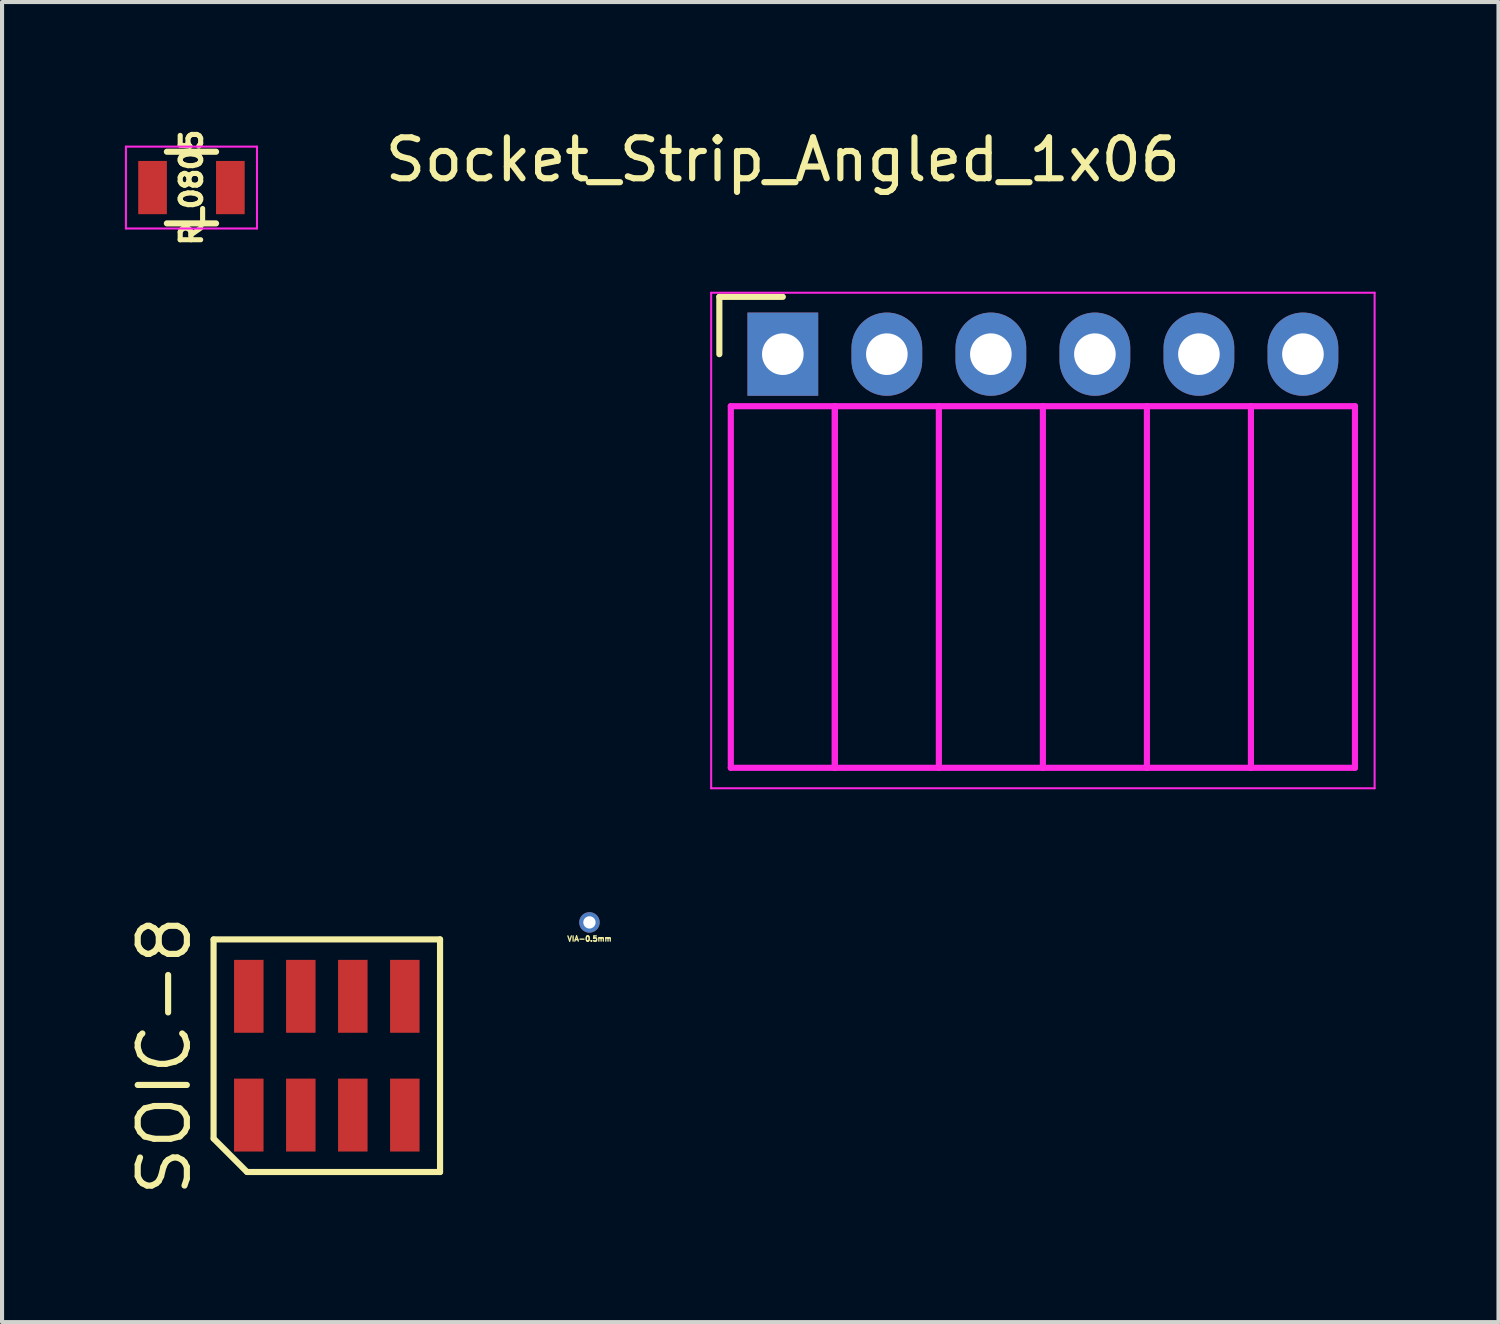
<source format=kicad_pcb>
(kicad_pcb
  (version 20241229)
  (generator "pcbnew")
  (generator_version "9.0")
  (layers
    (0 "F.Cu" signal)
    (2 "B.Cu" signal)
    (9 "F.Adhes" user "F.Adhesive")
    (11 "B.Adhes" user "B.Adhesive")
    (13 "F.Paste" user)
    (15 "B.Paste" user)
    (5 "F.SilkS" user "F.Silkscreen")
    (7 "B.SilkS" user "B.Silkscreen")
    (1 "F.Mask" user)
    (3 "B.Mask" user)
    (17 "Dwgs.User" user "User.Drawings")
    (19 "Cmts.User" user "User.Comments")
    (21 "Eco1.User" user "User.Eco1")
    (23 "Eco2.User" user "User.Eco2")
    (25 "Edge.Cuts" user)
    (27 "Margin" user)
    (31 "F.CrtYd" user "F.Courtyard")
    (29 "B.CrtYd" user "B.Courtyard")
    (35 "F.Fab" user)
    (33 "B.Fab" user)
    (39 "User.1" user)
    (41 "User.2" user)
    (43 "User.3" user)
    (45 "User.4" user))
  (footprint "SOIC-8"
    (layer "F.Cu")
    (at 4.93 22.728)
    (property "Reference" "SOIC-8" (at -3.965 0 90) (layer "F.SilkS") (effects (font (size 1.2 1.2) (thickness 0.15))))
    (attr through_hole)
    (fp_line (start -2.765 -2.837) (end -2.765 2.019) (stroke (width 0.15) (type solid)) (layer "F.SilkS"))
    (fp_line (start -2.762 2.026) (end -1.951 2.837) (stroke (width 0.15) (type solid)) (layer "F.SilkS"))
    (fp_line (start -1.946 2.84) (end 2.765 2.84) (stroke (width 0.15) (type solid)) (layer "F.SilkS"))
    (fp_line (start 2.765 -2.84) (end -2.764 -2.84) (stroke (width 0.15) (type solid)) (layer "F.SilkS"))
    (fp_line (start 2.765 2.84) (end 2.765 -2.84) (stroke (width 0.15) (type solid)) (layer "F.SilkS"))
    (pad "1" smd rect (at -1.905 1.45) (size 0.72 1.78) (layers "F.Cu" "F.Mask" "F.Paste"))
    (pad "2" smd rect (at -0.635 1.45) (size 0.72 1.78) (layers "F.Cu" "F.Mask" "F.Paste"))
    (pad "3" smd rect (at 0.635 1.45) (size 0.72 1.78) (layers "F.Cu" "F.Mask" "F.Paste"))
    (pad "4" smd rect (at 1.905 1.45) (size 0.72 1.78) (layers "F.Cu" "F.Mask" "F.Paste"))
    (pad "5" smd rect (at 1.905 -1.45) (size 0.72 1.78) (layers "F.Cu" "F.Mask" "F.Paste"))
    (pad "6" smd rect (at 0.635 -1.45) (size 0.72 1.78) (layers "F.Cu" "F.Mask" "F.Paste"))
    (pad "7" smd rect (at -0.635 -1.45) (size 0.72 1.78) (layers "F.Cu" "F.Mask" "F.Paste"))
    (pad "8" smd rect (at -1.905 -1.45) (size 0.72 1.78) (layers "F.Cu" "F.Mask" "F.Paste")))
  (footprint "VIA-0.5mm"
    (layer "F.Cu")
    (at 11.343 19.473)
    (property "Reference" "VIA-0.5mm" (at 0 0.4 0) (layer "F.SilkS") (effects (font (size 0.127 0.127) (thickness 0.032))))
    (attr through_hole)
    (pad "1" thru_hole circle (at 0 0) (size 0.5 0.5) (drill 0.3) (layers "*.Cu")))
  (footprint "Socket_Strip_Angled_1x06"
    (layer "F.Cu")
    (at 16.065 5.598)
    (property "Reference" "Socket_Strip_Angled_1x06" (at 0 -4.75 0) (layer "F.SilkS") (effects (font (size 1 1) (thickness 0.15))))
    (attr through_hole)
    (fp_line (start -1.55 -1.4) (end -1.55 0) (stroke (width 0.15) (type solid)) (layer "F.SilkS"))
    (fp_line (start 0 -1.4) (end -1.55 -1.4) (stroke (width 0.15) (type solid)) (layer "F.SilkS"))
    (fp_line (start -1.75 -1.5) (end -1.75 10.6) (stroke (width 0.05) (type solid)) (layer "F.CrtYd"))
    (fp_line (start -1.75 -1.5) (end 14.45 -1.5) (stroke (width 0.05) (type solid)) (layer "F.CrtYd"))
    (fp_line (start -1.75 10.6) (end 14.45 10.6) (stroke (width 0.05) (type solid)) (layer "F.CrtYd"))
    (fp_line (start -1.27 1.27) (end -1.27 10.1) (stroke (width 0.15) (type solid)) (layer "F.CrtYd"))
    (fp_line (start -1.27 1.27) (end 1.27 1.27) (stroke (width 0.15) (type solid)) (layer "F.CrtYd"))
    (fp_line (start -1.27 10.1) (end 1.27 10.1) (stroke (width 0.15) (type solid)) (layer "F.CrtYd"))
    (fp_line (start 1.27 1.27) (end 1.27 10.1) (stroke (width 0.15) (type solid)) (layer "F.CrtYd"))
    (fp_line (start 1.27 1.27) (end 3.81 1.27) (stroke (width 0.15) (type solid)) (layer "F.CrtYd"))
    (fp_line (start 1.27 10.1) (end 1.27 1.27) (stroke (width 0.15) (type solid)) (layer "F.CrtYd"))
    (fp_line (start 1.27 10.1) (end 3.81 10.1) (stroke (width 0.15) (type solid)) (layer "F.CrtYd"))
    (fp_line (start 3.81 1.27) (end 6.35 1.27) (stroke (width 0.15) (type solid)) (layer "F.CrtYd"))
    (fp_line (start 3.81 10.1) (end 3.81 1.27) (stroke (width 0.15) (type solid)) (layer "F.CrtYd"))
    (fp_line (start 3.81 10.1) (end 6.35 10.1) (stroke (width 0.15) (type solid)) (layer "F.CrtYd"))
    (fp_line (start 6.35 1.27) (end 8.89 1.27) (stroke (width 0.15) (type solid)) (layer "F.CrtYd"))
    (fp_line (start 6.35 10.1) (end 6.35 1.27) (stroke (width 0.15) (type solid)) (layer "F.CrtYd"))
    (fp_line (start 6.35 10.1) (end 8.89 10.1) (stroke (width 0.15) (type solid)) (layer "F.CrtYd"))
    (fp_line (start 8.89 1.27) (end 11.43 1.27) (stroke (width 0.15) (type solid)) (layer "F.CrtYd"))
    (fp_line (start 8.89 10.1) (end 8.89 1.27) (stroke (width 0.15) (type solid)) (layer "F.CrtYd"))
    (fp_line (start 8.89 10.1) (end 11.43 10.1) (stroke (width 0.15) (type solid)) (layer "F.CrtYd"))
    (fp_line (start 11.43 1.27) (end 13.97 1.27) (stroke (width 0.15) (type solid)) (layer "F.CrtYd"))
    (fp_line (start 11.43 10.1) (end 11.43 1.27) (stroke (width 0.15) (type solid)) (layer "F.CrtYd"))
    (fp_line (start 11.43 10.1) (end 13.97 10.1) (stroke (width 0.15) (type solid)) (layer "F.CrtYd"))
    (fp_line (start 13.97 10.1) (end 13.97 1.27) (stroke (width 0.15) (type solid)) (layer "F.CrtYd"))
    (fp_line (start 14.45 -1.5) (end 14.45 10.6) (stroke (width 0.05) (type solid)) (layer "F.CrtYd"))
    (pad "1" thru_hole rect (at 0 0) (size 1.727 2.032) (drill 1.016) (layers "*.Cu" "*.Mask"))
    (pad "2" thru_hole oval (at 2.54 0) (size 1.727 2.032) (drill 1.016) (layers "*.Cu" "*.Mask"))
    (pad "3" thru_hole oval (at 5.08 0) (size 1.727 2.032) (drill 1.016) (layers "*.Cu" "*.Mask"))
    (pad "4" thru_hole oval (at 7.62 0) (size 1.727 2.032) (drill 1.016) (layers "*.Cu" "*.Mask"))
    (pad "5" thru_hole oval (at 10.16 0) (size 1.727 2.032) (drill 1.016) (layers "*.Cu" "*.Mask"))
    (pad "6" thru_hole oval (at 12.7 0) (size 1.727 2.032) (drill 1.016) (layers "*.Cu" "*.Mask")))
  (footprint "R_0805"
    (layer "F.Cu")
    (at 1.625 1.53)
    (property "Reference" "R_0805" (at 0 0 90) (layer "F.SilkS") (effects (font (size 0.5 0.5) (thickness 0.125))))
    (attr smd)
    (fp_line (start -0.6 -0.875) (end 0.6 -0.875) (stroke (width 0.15) (type solid)) (layer "F.SilkS"))
    (fp_line (start 0.6 0.875) (end -0.6 0.875) (stroke (width 0.15) (type solid)) (layer "F.SilkS"))
    (fp_line (start -1.6 -1) (end -1.6 1) (stroke (width 0.05) (type solid)) (layer "F.CrtYd"))
    (fp_line (start -1.6 -1) (end 1.6 -1) (stroke (width 0.05) (type solid)) (layer "F.CrtYd"))
    (fp_line (start -1.6 1) (end 1.6 1) (stroke (width 0.05) (type solid)) (layer "F.CrtYd"))
    (fp_line (start 1.6 -1) (end 1.6 1) (stroke (width 0.05) (type solid)) (layer "F.CrtYd"))
    (pad "1" smd rect (at -0.95 0) (size 0.7 1.3) (layers "F.Cu" "F.Mask" "F.Paste"))
    (pad "2" smd rect (at 0.95 0) (size 0.7 1.3) (layers "F.Cu" "F.Mask" "F.Paste")))
  (gr_rect
    (start -3 -3)
    (end 33.54 29.233)
    (stroke (width 0.1) (type default))
    (fill no)
    (layer "Edge.Cuts")))
</source>
